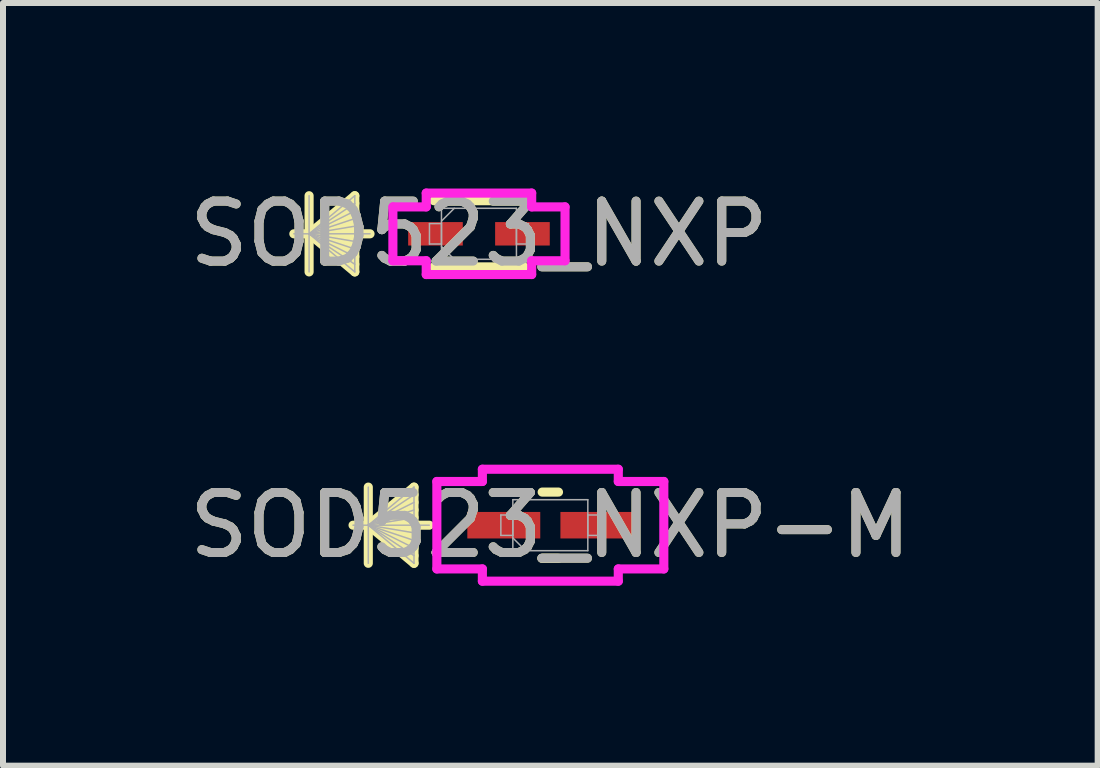
<source format=kicad_pcb>
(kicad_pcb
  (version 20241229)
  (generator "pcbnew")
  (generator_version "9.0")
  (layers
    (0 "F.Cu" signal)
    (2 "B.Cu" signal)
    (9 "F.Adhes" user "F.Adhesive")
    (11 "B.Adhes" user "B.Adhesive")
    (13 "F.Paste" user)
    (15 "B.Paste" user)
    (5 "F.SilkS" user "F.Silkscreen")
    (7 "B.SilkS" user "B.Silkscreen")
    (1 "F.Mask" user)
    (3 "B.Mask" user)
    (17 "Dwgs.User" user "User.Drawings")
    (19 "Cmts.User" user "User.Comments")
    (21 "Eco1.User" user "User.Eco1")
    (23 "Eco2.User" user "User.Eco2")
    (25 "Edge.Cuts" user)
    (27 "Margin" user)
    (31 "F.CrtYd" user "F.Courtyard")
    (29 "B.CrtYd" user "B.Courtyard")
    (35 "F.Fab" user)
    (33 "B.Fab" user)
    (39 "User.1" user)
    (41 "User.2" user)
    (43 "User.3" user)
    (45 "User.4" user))
  (footprint "SOD523_NXP"
    (layer "F.Cu")
    (at 4.935 0.848)
    (property "Reference" "SOD523_NXP" (at 0 0 0) (unlocked yes) (layer "F.SilkS") (effects (font (size 1 1) (thickness 0.15))))
    (attr smd)
    (fp_line (start -2.832 -0.635) (end -2.832 0.635) (stroke (width 0.152) (type solid)) (layer "F.SilkS"))
    (fp_line (start -2.832 0) (end -2.07 -0.635) (stroke (width 0.152) (type solid)) (layer "F.SilkS"))
    (fp_line (start -2.832 0) (end -2.07 -0.508) (stroke (width 0.152) (type solid)) (layer "F.SilkS"))
    (fp_line (start -2.832 0) (end -2.07 -0.381) (stroke (width 0.152) (type solid)) (layer "F.SilkS"))
    (fp_line (start -2.832 0) (end -2.07 -0.254) (stroke (width 0.152) (type solid)) (layer "F.SilkS"))
    (fp_line (start -2.832 0) (end -2.07 -0.127) (stroke (width 0.152) (type solid)) (layer "F.SilkS"))
    (fp_line (start -2.832 0) (end -2.07 0.127) (stroke (width 0.152) (type solid)) (layer "F.SilkS"))
    (fp_line (start -2.832 0) (end -2.07 0.254) (stroke (width 0.152) (type solid)) (layer "F.SilkS"))
    (fp_line (start -2.832 0) (end -2.07 0.381) (stroke (width 0.152) (type solid)) (layer "F.SilkS"))
    (fp_line (start -2.832 0) (end -2.07 0.508) (stroke (width 0.152) (type solid)) (layer "F.SilkS"))
    (fp_line (start -2.832 0) (end -2.07 0.635) (stroke (width 0.152) (type solid)) (layer "F.SilkS"))
    (fp_line (start -2.07 -0.635) (end -2.07 0.635) (stroke (width 0.152) (type solid)) (layer "F.SilkS"))
    (fp_line (start -1.816 0) (end -3.086 0) (stroke (width 0.152) (type solid)) (layer "F.SilkS"))
    (fp_line (start -0.752 0.552) (end 0.752 0.552) (stroke (width 0.152) (type solid)) (layer "F.SilkS"))
    (fp_line (start 0.752 -0.552) (end -0.752 -0.552) (stroke (width 0.152) (type solid)) (layer "F.SilkS"))
    (fp_line (start -1.435 -0.449) (end -0.879 -0.449) (stroke (width 0.152) (type solid)) (layer "F.CrtYd"))
    (fp_line (start -1.435 0.449) (end -1.435 -0.449) (stroke (width 0.152) (type solid)) (layer "F.CrtYd"))
    (fp_line (start -0.879 -0.679) (end 0.879 -0.679) (stroke (width 0.152) (type solid)) (layer "F.CrtYd"))
    (fp_line (start -0.879 -0.449) (end -0.879 -0.679) (stroke (width 0.152) (type solid)) (layer "F.CrtYd"))
    (fp_line (start -0.879 0.449) (end -1.435 0.449) (stroke (width 0.152) (type solid)) (layer "F.CrtYd"))
    (fp_line (start -0.879 0.679) (end -0.879 0.449) (stroke (width 0.152) (type solid)) (layer "F.CrtYd"))
    (fp_line (start 0.879 -0.679) (end 0.879 -0.449) (stroke (width 0.152) (type solid)) (layer "F.CrtYd"))
    (fp_line (start 0.879 -0.449) (end 1.435 -0.449) (stroke (width 0.152) (type solid)) (layer "F.CrtYd"))
    (fp_line (start 0.879 0.449) (end 0.879 0.679) (stroke (width 0.152) (type solid)) (layer "F.CrtYd"))
    (fp_line (start 0.879 0.679) (end -0.879 0.679) (stroke (width 0.152) (type solid)) (layer "F.CrtYd"))
    (fp_line (start 1.435 -0.449) (end 1.435 0.449) (stroke (width 0.152) (type solid)) (layer "F.CrtYd"))
    (fp_line (start 1.435 0.449) (end 0.879 0.449) (stroke (width 0.152) (type solid)) (layer "F.CrtYd"))
    (fp_line (start -2.832 -0.635) (end -2.832 0.635) (stroke (width 0.025) (type solid)) (layer "F.Fab"))
    (fp_line (start -2.832 0) (end -2.07 -0.635) (stroke (width 0.025) (type solid)) (layer "F.Fab"))
    (fp_line (start -2.832 0) (end -2.07 -0.508) (stroke (width 0.025) (type solid)) (layer "F.Fab"))
    (fp_line (start -2.832 0) (end -2.07 -0.381) (stroke (width 0.025) (type solid)) (layer "F.Fab"))
    (fp_line (start -2.832 0) (end -2.07 -0.254) (stroke (width 0.025) (type solid)) (layer "F.Fab"))
    (fp_line (start -2.832 0) (end -2.07 -0.127) (stroke (width 0.025) (type solid)) (layer "F.Fab"))
    (fp_line (start -2.832 0) (end -2.07 0.127) (stroke (width 0.025) (type solid)) (layer "F.Fab"))
    (fp_line (start -2.832 0) (end -2.07 0.254) (stroke (width 0.025) (type solid)) (layer "F.Fab"))
    (fp_line (start -2.832 0) (end -2.07 0.381) (stroke (width 0.025) (type solid)) (layer "F.Fab"))
    (fp_line (start -2.832 0) (end -2.07 0.508) (stroke (width 0.025) (type solid)) (layer "F.Fab"))
    (fp_line (start -2.832 0) (end -2.07 0.635) (stroke (width 0.025) (type solid)) (layer "F.Fab"))
    (fp_line (start -2.07 -0.635) (end -2.07 0.635) (stroke (width 0.025) (type solid)) (layer "F.Fab"))
    (fp_line (start -1.816 0) (end -3.086 0) (stroke (width 0.025) (type solid)) (layer "F.Fab"))
    (fp_line (start -0.825 -0.17) (end -0.825 0.17) (stroke (width 0.025) (type solid)) (layer "F.Fab"))
    (fp_line (start -0.825 0.17) (end -0.625 0.17) (stroke (width 0.025) (type solid)) (layer "F.Fab"))
    (fp_line (start -0.625 -0.425) (end -0.625 0.425) (stroke (width 0.025) (type solid)) (layer "F.Fab"))
    (fp_line (start -0.625 -0.212) (end -0.412 -0.425) (stroke (width 0.025) (type solid)) (layer "F.Fab"))
    (fp_line (start -0.625 -0.17) (end -0.825 -0.17) (stroke (width 0.025) (type solid)) (layer "F.Fab"))
    (fp_line (start -0.625 0.17) (end -0.625 -0.17) (stroke (width 0.025) (type solid)) (layer "F.Fab"))
    (fp_line (start -0.625 0.212) (end -0.412 0.425) (stroke (width 0.025) (type solid)) (layer "F.Fab"))
    (fp_line (start -0.625 0.425) (end 0.625 0.425) (stroke (width 0.025) (type solid)) (layer "F.Fab"))
    (fp_line (start 0.625 -0.425) (end -0.625 -0.425) (stroke (width 0.025) (type solid)) (layer "F.Fab"))
    (fp_line (start 0.625 -0.17) (end 0.625 0.17) (stroke (width 0.025) (type solid)) (layer "F.Fab"))
    (fp_line (start 0.625 0.17) (end 0.825 0.17) (stroke (width 0.025) (type solid)) (layer "F.Fab"))
    (fp_line (start 0.625 0.425) (end 0.625 -0.425) (stroke (width 0.025) (type solid)) (layer "F.Fab"))
    (fp_line (start 0.825 -0.17) (end 0.625 -0.17) (stroke (width 0.025) (type solid)) (layer "F.Fab"))
    (fp_line (start 0.825 0.17) (end 0.825 -0.17) (stroke (width 0.025) (type solid)) (layer "F.Fab"))
    (fp_text user "${REFERENCE}" (at 0 0 0) (unlocked yes) (layer "F.Fab") (effects (font (size 1 1) (thickness 0.15))))
    (pad "1" smd rect (at -0.725 0) (size 0.911 0.391) (layers "F.Cu" "F.Mask" "F.Paste"))
    (pad "2" smd rect (at 0.725 0) (size 0.911 0.391) (layers "F.Cu" "F.Mask" "F.Paste")))
  (footprint "SOD523_NXP-M"
    (layer "F.Cu")
    (at 6.125 5.706)
    (property "Reference" "SOD523_NXP-M" (at 0 0 0) (unlocked yes) (layer "F.SilkS") (effects (font (size 1 1) (thickness 0.15))))
    (attr smd)
    (fp_line (start -3.035 -0.635) (end -3.035 0.635) (stroke (width 0.152) (type solid)) (layer "F.SilkS"))
    (fp_line (start -3.035 0) (end -2.273 -0.635) (stroke (width 0.152) (type solid)) (layer "F.SilkS"))
    (fp_line (start -3.035 0) (end -2.273 -0.508) (stroke (width 0.152) (type solid)) (layer "F.SilkS"))
    (fp_line (start -3.035 0) (end -2.273 -0.381) (stroke (width 0.152) (type solid)) (layer "F.SilkS"))
    (fp_line (start -3.035 0) (end -2.273 -0.254) (stroke (width 0.152) (type solid)) (layer "F.SilkS"))
    (fp_line (start -3.035 0) (end -2.273 -0.127) (stroke (width 0.152) (type solid)) (layer "F.SilkS"))
    (fp_line (start -3.035 0) (end -2.273 0.127) (stroke (width 0.152) (type solid)) (layer "F.SilkS"))
    (fp_line (start -3.035 0) (end -2.273 0.254) (stroke (width 0.152) (type solid)) (layer "F.SilkS"))
    (fp_line (start -3.035 0) (end -2.273 0.381) (stroke (width 0.152) (type solid)) (layer "F.SilkS"))
    (fp_line (start -3.035 0) (end -2.273 0.508) (stroke (width 0.152) (type solid)) (layer "F.SilkS"))
    (fp_line (start -3.035 0) (end -2.273 0.635) (stroke (width 0.152) (type solid)) (layer "F.SilkS"))
    (fp_line (start -2.273 -0.635) (end -2.273 0.635) (stroke (width 0.152) (type solid)) (layer "F.SilkS"))
    (fp_line (start -2.019 0) (end -3.289 0) (stroke (width 0.152) (type solid)) (layer "F.SilkS"))
    (fp_line (start -0.136 0.552) (end 0.136 0.552) (stroke (width 0.152) (type solid)) (layer "F.SilkS"))
    (fp_line (start 0.136 -0.552) (end -0.136 -0.552) (stroke (width 0.152) (type solid)) (layer "F.SilkS"))
    (fp_line (start -1.892 -0.729) (end -1.133 -0.729) (stroke (width 0.152) (type solid)) (layer "F.CrtYd"))
    (fp_line (start -1.892 0.729) (end -1.892 -0.729) (stroke (width 0.152) (type solid)) (layer "F.CrtYd"))
    (fp_line (start -1.133 -0.933) (end 1.133 -0.933) (stroke (width 0.152) (type solid)) (layer "F.CrtYd"))
    (fp_line (start -1.133 -0.729) (end -1.133 -0.933) (stroke (width 0.152) (type solid)) (layer "F.CrtYd"))
    (fp_line (start -1.133 0.729) (end -1.892 0.729) (stroke (width 0.152) (type solid)) (layer "F.CrtYd"))
    (fp_line (start -1.133 0.933) (end -1.133 0.729) (stroke (width 0.152) (type solid)) (layer "F.CrtYd"))
    (fp_line (start 1.133 -0.933) (end 1.133 -0.729) (stroke (width 0.152) (type solid)) (layer "F.CrtYd"))
    (fp_line (start 1.133 -0.729) (end 1.892 -0.729) (stroke (width 0.152) (type solid)) (layer "F.CrtYd"))
    (fp_line (start 1.133 0.729) (end 1.133 0.933) (stroke (width 0.152) (type solid)) (layer "F.CrtYd"))
    (fp_line (start 1.133 0.933) (end -1.133 0.933) (stroke (width 0.152) (type solid)) (layer "F.CrtYd"))
    (fp_line (start 1.892 -0.729) (end 1.892 0.729) (stroke (width 0.152) (type solid)) (layer "F.CrtYd"))
    (fp_line (start 1.892 0.729) (end 1.133 0.729) (stroke (width 0.152) (type solid)) (layer "F.CrtYd"))
    (fp_line (start -3.035 -0.635) (end -3.035 0.635) (stroke (width 0.025) (type solid)) (layer "F.Fab"))
    (fp_line (start -3.035 0) (end -2.273 -0.635) (stroke (width 0.025) (type solid)) (layer "F.Fab"))
    (fp_line (start -3.035 0) (end -2.273 -0.508) (stroke (width 0.025) (type solid)) (layer "F.Fab"))
    (fp_line (start -3.035 0) (end -2.273 -0.381) (stroke (width 0.025) (type solid)) (layer "F.Fab"))
    (fp_line (start -3.035 0) (end -2.273 -0.254) (stroke (width 0.025) (type solid)) (layer "F.Fab"))
    (fp_line (start -3.035 0) (end -2.273 -0.127) (stroke (width 0.025) (type solid)) (layer "F.Fab"))
    (fp_line (start -3.035 0) (end -2.273 0.127) (stroke (width 0.025) (type solid)) (layer "F.Fab"))
    (fp_line (start -3.035 0) (end -2.273 0.254) (stroke (width 0.025) (type solid)) (layer "F.Fab"))
    (fp_line (start -3.035 0) (end -2.273 0.381) (stroke (width 0.025) (type solid)) (layer "F.Fab"))
    (fp_line (start -3.035 0) (end -2.273 0.508) (stroke (width 0.025) (type solid)) (layer "F.Fab"))
    (fp_line (start -3.035 0) (end -2.273 0.635) (stroke (width 0.025) (type solid)) (layer "F.Fab"))
    (fp_line (start -2.273 -0.635) (end -2.273 0.635) (stroke (width 0.025) (type solid)) (layer "F.Fab"))
    (fp_line (start -2.019 0) (end -3.289 0) (stroke (width 0.025) (type solid)) (layer "F.Fab"))
    (fp_line (start -0.825 -0.17) (end -0.825 0.17) (stroke (width 0.025) (type solid)) (layer "F.Fab"))
    (fp_line (start -0.825 0.17) (end -0.625 0.17) (stroke (width 0.025) (type solid)) (layer "F.Fab"))
    (fp_line (start -0.625 -0.425) (end -0.625 0.425) (stroke (width 0.025) (type solid)) (layer "F.Fab"))
    (fp_line (start -0.625 -0.212) (end -0.412 -0.425) (stroke (width 0.025) (type solid)) (layer "F.Fab"))
    (fp_line (start -0.625 -0.17) (end -0.825 -0.17) (stroke (width 0.025) (type solid)) (layer "F.Fab"))
    (fp_line (start -0.625 0.17) (end -0.625 -0.17) (stroke (width 0.025) (type solid)) (layer "F.Fab"))
    (fp_line (start -0.625 0.212) (end -0.412 0.425) (stroke (width 0.025) (type solid)) (layer "F.Fab"))
    (fp_line (start -0.625 0.425) (end 0.625 0.425) (stroke (width 0.025) (type solid)) (layer "F.Fab"))
    (fp_line (start 0.625 -0.425) (end -0.625 -0.425) (stroke (width 0.025) (type solid)) (layer "F.Fab"))
    (fp_line (start 0.625 -0.17) (end 0.625 0.17) (stroke (width 0.025) (type solid)) (layer "F.Fab"))
    (fp_line (start 0.625 0.17) (end 0.825 0.17) (stroke (width 0.025) (type solid)) (layer "F.Fab"))
    (fp_line (start 0.625 0.425) (end 0.625 -0.425) (stroke (width 0.025) (type solid)) (layer "F.Fab"))
    (fp_line (start 0.825 -0.17) (end 0.625 -0.17) (stroke (width 0.025) (type solid)) (layer "F.Fab"))
    (fp_line (start 0.825 0.17) (end 0.825 -0.17) (stroke (width 0.025) (type solid)) (layer "F.Fab"))
    (fp_text user "${REFERENCE}" (at 0 0 0) (unlocked yes) (layer "F.Fab") (effects (font (size 1 1) (thickness 0.15))))
    (pad "1" smd rect (at -0.776 0) (size 1.216 0.442) (layers "F.Cu" "F.Mask" "F.Paste"))
    (pad "2" smd rect (at 0.776 0) (size 1.216 0.442) (layers "F.Cu" "F.Mask" "F.Paste")))
  (gr_rect
    (start -3 -3)
    (end 15.25 9.715)
    (stroke (width 0.1) (type default))
    (fill no)
    (layer "Edge.Cuts")))
</source>
